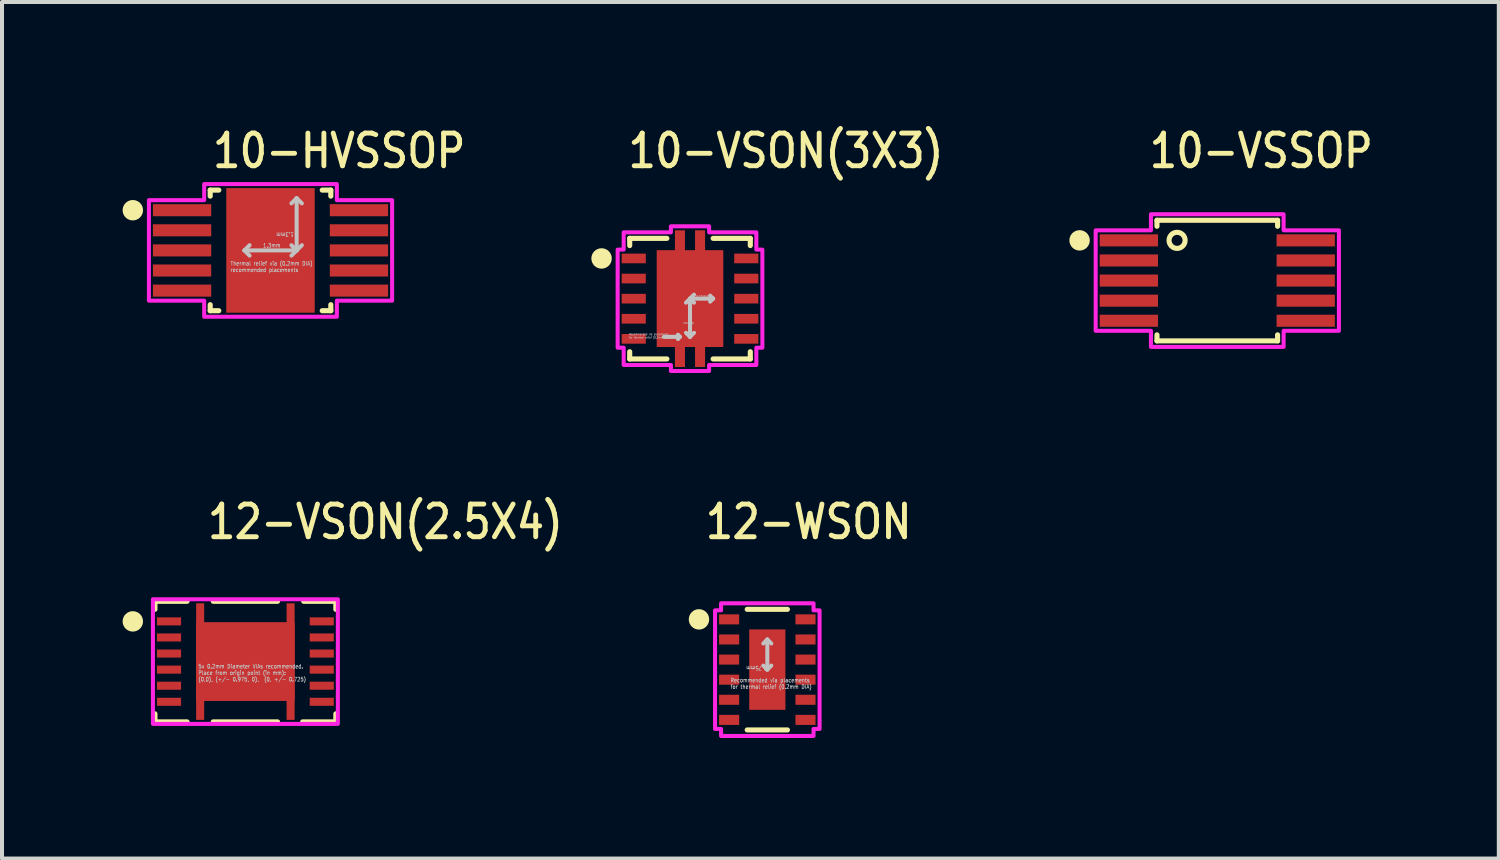
<source format=kicad_pcb>
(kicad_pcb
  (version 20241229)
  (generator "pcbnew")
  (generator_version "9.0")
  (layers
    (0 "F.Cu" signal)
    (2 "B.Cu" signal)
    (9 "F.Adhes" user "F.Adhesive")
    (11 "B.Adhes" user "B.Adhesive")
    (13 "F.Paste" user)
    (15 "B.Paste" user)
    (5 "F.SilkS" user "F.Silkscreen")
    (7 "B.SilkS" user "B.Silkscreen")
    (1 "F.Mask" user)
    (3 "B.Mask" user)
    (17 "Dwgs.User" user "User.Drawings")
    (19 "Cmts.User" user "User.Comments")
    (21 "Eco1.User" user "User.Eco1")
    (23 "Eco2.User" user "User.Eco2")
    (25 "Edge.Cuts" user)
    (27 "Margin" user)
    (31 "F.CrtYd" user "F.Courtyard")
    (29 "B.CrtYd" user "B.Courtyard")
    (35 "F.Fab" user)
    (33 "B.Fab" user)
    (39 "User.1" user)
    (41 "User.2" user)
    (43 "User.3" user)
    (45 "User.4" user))
  (footprint "12-WSON"
    (layer "F.Cu")
    (at 16.037 13.607)
    (property "Reference" "12-WSON" (at -1.6 -3.2 0) (unlocked yes) (layer "F.SilkS") (effects (font (size 0.813 0.695) (thickness 0.122)) (justify left bottom)))
    (fp_line (start -0.5 -1.5) (end 0.5 -1.5) (stroke (width 0.127) (type solid)) (layer "F.SilkS"))
    (fp_line (start -0.5 1.5) (end 0.5 1.5) (stroke (width 0.127) (type solid)) (layer "F.SilkS"))
    (fp_circle (center -1.7 -1.25) (end -1.446 -1.25) (stroke (width 0) (type solid)) (fill yes) (layer "F.SilkS"))
    (fp_poly (pts (xy 0.45 -0.1) (xy -0.45 -0.1) (xy -0.45 -1) (xy 0.45 -1)) (stroke (width 0) (type solid)) (fill yes) (layer "F.Paste"))
    (fp_poly (pts (xy 0.45 1) (xy -0.45 1) (xy -0.45 0.1) (xy 0.45 0.1)) (stroke (width 0) (type solid)) (fill yes) (layer "F.Paste"))
    (fp_line (start 0 -0.75) (end -0.1 -0.65) (stroke (width 0.1) (type solid)) (layer "Dwgs.User"))
    (fp_line (start 0 -0.75) (end 0.1 -0.65) (stroke (width 0.1) (type solid)) (layer "Dwgs.User"))
    (fp_line (start 0 0) (end -0.1 -0.1) (stroke (width 0.1) (type solid)) (layer "Dwgs.User"))
    (fp_line (start 0 0) (end 0 -0.75) (stroke (width 0.1) (type solid)) (layer "Dwgs.User"))
    (fp_line (start 0 0) (end 0.1 -0.1) (stroke (width 0.1) (type solid)) (layer "Dwgs.User"))
    (fp_circle (center 0 -0.75) (end 0.1 -0.75) (stroke (width 0.000009) (type solid)) (fill no) (layer "Dwgs.User"))
    (fp_circle (center 0 0) (end 0.1 0) (stroke (width 0.000009) (type solid)) (fill no) (layer "Dwgs.User"))
    (fp_circle (center 0 0.75) (end 0.1 0.75) (stroke (width 0.000009) (type solid)) (fill no) (layer "Dwgs.User"))
    (fp_poly (pts (xy -1.15 -1.65) (xy 1.15 -1.65) (xy 1.15 -1.475) (xy 1.3 -1.475) (xy 1.3 1.475) (xy 1.15 1.475) (xy 1.15 1.65) (xy -1.15 1.65) (xy -1.15 1.475) (xy -1.3 1.475) (xy -1.3 -1.475) (xy -1.15 -1.475)) (stroke (width 0.1) (type solid)) (fill no) (layer "F.CrtYd"))
    (fp_text user "Recommended via placements\nfor thermal relief (0.2mm DIA)" (at -0.925 0.485 0) (unlocked yes) (layer "Dwgs.User") (effects (font (size 0.1 0.086) (thickness 0.015)) (justify left bottom)))
    (fp_text user "0.75mm" (at 0 -0.1 180) (unlocked yes) (layer "Dwgs.User") (effects (font (size 0.1 0.086) (thickness 0.015)) (justify left bottom)))
    (pad "1" smd rect (at -0.95 -1.25) (size 0.5 0.25) (layers "F.Cu" "F.Mask" "F.Paste"))
    (pad "2" smd rect (at -0.95 -0.75) (size 0.5 0.25) (layers "F.Cu" "F.Mask" "F.Paste"))
    (pad "3" smd rect (at -0.95 -0.25) (size 0.5 0.25) (layers "F.Cu" "F.Mask" "F.Paste"))
    (pad "4" smd rect (at -0.95 0.25) (size 0.5 0.25) (layers "F.Cu" "F.Mask" "F.Paste"))
    (pad "5" smd rect (at -0.95 0.75) (size 0.5 0.25) (layers "F.Cu" "F.Mask" "F.Paste"))
    (pad "6" smd rect (at -0.95 1.25) (size 0.5 0.25) (layers "F.Cu" "F.Mask" "F.Paste"))
    (pad "7" smd rect (at 0.95 1.25) (size 0.5 0.25) (layers "F.Cu" "F.Mask" "F.Paste"))
    (pad "8" smd rect (at 0.95 0.75) (size 0.5 0.25) (layers "F.Cu" "F.Mask" "F.Paste"))
    (pad "9" smd rect (at 0.95 0.25) (size 0.5 0.25) (layers "F.Cu" "F.Mask" "F.Paste"))
    (pad "10" smd rect (at 0.95 -0.25) (size 0.5 0.25) (layers "F.Cu" "F.Mask" "F.Paste"))
    (pad "11" smd rect (at 0.95 -0.75) (size 0.5 0.25) (layers "F.Cu" "F.Mask" "F.Paste"))
    (pad "12" smd rect (at 0.95 -1.25) (size 0.5 0.25) (layers "F.Cu" "F.Mask" "F.Paste"))
    (pad "13" smd rect (at 0 0) (size 0.9 2) (layers "F.Cu" "F.Mask")))
  (footprint "10-VSON(3X3)"
    (layer "F.Cu")
    (at 14.114 4.379)
    (property "Reference" "10-VSON(3X3)" (at -1.6 -3.2 0) (unlocked yes) (layer "F.SilkS") (effects (font (size 0.813 0.695) (thickness 0.122)) (justify left bottom)))
    (fp_poly (pts (xy -0.825 -1.2) (xy -0.375 -1.2) (xy -0.375 -1.7) (xy -0.125 -1.7) (xy -0.125 -1.2) (xy 0.125 -1.2) (xy 0.125 -1.7) (xy 0.375 -1.7) (xy 0.375 -1.2) (xy 0.825 -1.2) (xy 0.825 1.2) (xy 0.375 1.2) (xy 0.375 1.7) (xy 0.125 1.7) (xy 0.125 1.2) (xy -0.125 1.2) (xy -0.125 1.7) (xy -0.375 1.7) (xy -0.375 1.2) (xy -0.825 1.2)) (stroke (width 0) (type solid)) (fill yes) (layer "F.Cu"))
    (fp_poly (pts (xy -0.925 -1.3) (xy -0.475 -1.3) (xy -0.475 -1.8) (xy -0.025 -1.8) (xy -0.025 -1.3) (xy 0.025 -1.3) (xy 0.025 -1.8) (xy 0.475 -1.8) (xy 0.475 -1.3) (xy 0.925 -1.3) (xy 0.925 1.3) (xy 0.475 1.3) (xy 0.475 1.8) (xy 0.025 1.8) (xy 0.025 1.3) (xy -0.025 1.3) (xy -0.025 1.8) (xy -0.475 1.8) (xy -0.475 1.3) (xy -0.925 1.3)) (stroke (width 0) (type solid)) (fill yes) (layer "F.Mask"))
    (fp_line (start -1.5 -1.5) (end -0.575 -1.5) (stroke (width 0.127) (type solid)) (layer "F.SilkS"))
    (fp_line (start -1.5 -1.32) (end -1.5 -1.5) (stroke (width 0.127) (type solid)) (layer "F.SilkS"))
    (fp_line (start -1.5 1.32) (end -1.5 1.5) (stroke (width 0.127) (type solid)) (layer "F.SilkS"))
    (fp_line (start -1.5 1.5) (end -0.575 1.5) (stroke (width 0.127) (type solid)) (layer "F.SilkS"))
    (fp_line (start 0.575 -1.5) (end 1.5 -1.5) (stroke (width 0.127) (type solid)) (layer "F.SilkS"))
    (fp_line (start 0.575 1.5) (end 1.5 1.5) (stroke (width 0.127) (type solid)) (layer "F.SilkS"))
    (fp_line (start 1.5 -1.5) (end 1.5 -1.32) (stroke (width 0.127) (type solid)) (layer "F.SilkS"))
    (fp_line (start 1.5 1.5) (end 1.5 1.32) (stroke (width 0.127) (type solid)) (layer "F.SilkS"))
    (fp_circle (center -2.2 -1) (end -1.946 -1) (stroke (width 0) (type solid)) (fill yes) (layer "F.SilkS"))
    (fp_poly (pts (xy -0.75 -1.16) (xy -0.75 -0.1) (xy 0.75 -0.1) (xy 0.75 -1.16)) (stroke (width 0) (type solid)) (fill yes) (layer "F.Paste"))
    (fp_poly (pts (xy -0.75 0.1) (xy -0.75 1.16) (xy 0.75 1.16) (xy 0.75 0.1)) (stroke (width 0) (type solid)) (fill yes) (layer "F.Paste"))
    (fp_poly (pts (xy -0.375 -1.7) (xy -0.375 -1.36) (xy -0.125 -1.36) (xy -0.125 -1.7)) (stroke (width 0) (type solid)) (fill yes) (layer "F.Paste"))
    (fp_poly (pts (xy -0.375 1.36) (xy -0.375 1.7) (xy -0.125 1.7) (xy -0.125 1.36)) (stroke (width 0) (type solid)) (fill yes) (layer "F.Paste"))
    (fp_poly (pts (xy 0.125 -1.7) (xy 0.125 -1.36) (xy 0.375 -1.36) (xy 0.375 -1.7)) (stroke (width 0) (type solid)) (fill yes) (layer "F.Paste"))
    (fp_poly (pts (xy 0.125 1.36) (xy 0.125 1.7) (xy 0.375 1.7) (xy 0.375 1.36)) (stroke (width 0) (type solid)) (fill yes) (layer "F.Paste"))
    (fp_line (start -0.65 0.95) (end -0.3 0.95) (stroke (width 0.1) (type solid)) (layer "Dwgs.User"))
    (fp_line (start -0.3 0.9) (end -0.25 0.95) (stroke (width 0.1) (type solid)) (layer "Dwgs.User"))
    (fp_line (start -0.3 0.95) (end -0.3 0.9) (stroke (width 0.1) (type solid)) (layer "Dwgs.User"))
    (fp_line (start -0.3 1) (end -0.3 0.95) (stroke (width 0.1) (type solid)) (layer "Dwgs.User"))
    (fp_line (start -0.25 0.95) (end -0.3 1) (stroke (width 0.1) (type solid)) (layer "Dwgs.User"))
    (fp_line (start 0 0) (end -0.1 0.1) (stroke (width 0.1) (type solid)) (layer "Dwgs.User"))
    (fp_line (start 0 0) (end 0 0.95) (stroke (width 0.1) (type solid)) (layer "Dwgs.User"))
    (fp_line (start 0 0) (end 0.1 -0.1) (stroke (width 0.1) (type solid)) (layer "Dwgs.User"))
    (fp_line (start 0 0) (end 0.1 0.1) (stroke (width 0.1) (type solid)) (layer "Dwgs.User"))
    (fp_line (start 0 0) (end 0.575 0) (stroke (width 0.1) (type solid)) (layer "Dwgs.User"))
    (fp_line (start 0 0.95) (end -0.1 0.85) (stroke (width 0.1) (type solid)) (layer "Dwgs.User"))
    (fp_line (start 0 0.95) (end 0.1 0.85) (stroke (width 0.1) (type solid)) (layer "Dwgs.User"))
    (fp_line (start 0.575 0) (end 0.5 -0.075) (stroke (width 0.1) (type solid)) (layer "Dwgs.User"))
    (fp_line (start 0.575 0) (end 0.5 0.075) (stroke (width 0.1) (type solid)) (layer "Dwgs.User"))
    (fp_circle (center -0.575 0) (end -0.475 0) (stroke (width 0.0001) (type solid)) (fill no) (layer "Dwgs.User"))
    (fp_circle (center 0 -0.95) (end 0.1 -0.95) (stroke (width 0.0001) (type solid)) (fill no) (layer "Dwgs.User"))
    (fp_circle (center 0 0.95) (end 0.1 0.95) (stroke (width 0.0001) (type solid)) (fill no) (layer "Dwgs.User"))
    (fp_circle (center 0.575 0) (end 0.675 0) (stroke (width 0.0001) (type solid)) (fill no) (layer "Dwgs.User"))
    (fp_poly (pts (xy -1.65 -1.65) (xy -0.475 -1.65) (xy -0.475 -1.8) (xy 0.475 -1.8) (xy 0.475 -1.65) (xy 1.65 -1.65) (xy 1.65 -1.22) (xy 1.8 -1.22) (xy 1.8 1.22) (xy 1.65 1.22) (xy 1.65 1.65) (xy 0.475 1.65) (xy 0.475 1.8) (xy -0.475 1.8) (xy -0.475 1.65) (xy -1.65 1.65) (xy -1.65 1.22) (xy -1.8 1.22) (xy -1.8 -1.22) (xy -1.65 -1.22)) (stroke (width 0.1) (type solid)) (fill no) (layer "F.CrtYd"))
    (fp_text user "Recommended via placements\nfor thermal relief (0.2mm DIA)" (at -1.525 0.995 0) (unlocked yes) (layer "Dwgs.User") (effects (font (size 0.05 0.043) (thickness 0.007)) (justify left bottom)))
    (fp_text user "0.95mm" (at 0.095 0.575 180) (unlocked yes) (layer "Dwgs.User") (effects (font (size 0.05 0.043) (thickness 0.007)) (justify left bottom)))
    (fp_text user "0.575mm" (at 0.15 -0.03 0) (unlocked yes) (layer "Dwgs.User") (effects (font (size 0.05 0.043) (thickness 0.007)) (justify left bottom)))
    (pad "1" smd rect (at -1.4 -1) (size 0.6 0.24) (layers "F.Cu" "F.Mask" "F.Paste"))
    (pad "2" smd rect (at -1.4 -0.5) (size 0.6 0.24) (layers "F.Cu" "F.Mask" "F.Paste"))
    (pad "3" smd rect (at -1.4 0) (size 0.6 0.24) (layers "F.Cu" "F.Mask" "F.Paste"))
    (pad "4" smd rect (at -1.4 0.5) (size 0.6 0.24) (layers "F.Cu" "F.Mask" "F.Paste"))
    (pad "5" smd rect (at -1.4 1) (size 0.6 0.24) (layers "F.Cu" "F.Mask" "F.Paste"))
    (pad "6" smd rect (at 1.4 1) (size 0.6 0.24) (layers "F.Cu" "F.Mask" "F.Paste"))
    (pad "7" smd rect (at 1.4 0.5) (size 0.6 0.24) (layers "F.Cu" "F.Mask" "F.Paste"))
    (pad "8" smd rect (at 1.4 0) (size 0.6 0.24) (layers "F.Cu" "F.Mask" "F.Paste"))
    (pad "9" smd rect (at 1.4 -0.5) (size 0.6 0.24) (layers "F.Cu" "F.Mask" "F.Paste"))
    (pad "10" smd rect (at 1.4 -1) (size 0.6 0.24) (layers "F.Cu" "F.Mask" "F.Paste"))
    (pad "11" smd rect (at 0 0) (size 1.65 2.4) (layers "F.Cu")))
  (footprint "12-VSON(2.5X4)"
    (layer "F.Cu")
    (at 3.054 13.407)
    (property "Reference" "12-VSON(2.5X4)" (at -1 -3 0) (unlocked yes) (layer "F.SilkS") (effects (font (size 0.813 0.695) (thickness 0.122)) (justify left bottom)))
    (fp_poly (pts (xy -1.225 -1.45) (xy -1.025 -1.45) (xy -1.025 -0.975) (xy 1.025 -0.975) (xy 1.025 -1.45) (xy 1.225 -1.45) (xy 1.225 1.45) (xy 1.025 1.45) (xy 1.025 0.975) (xy -1.025 0.975) (xy -1.025 1.45) (xy -1.225 1.45)) (stroke (width 0) (type solid)) (fill yes) (layer "F.Cu"))
    (fp_poly (pts (xy -1.325 -1.55) (xy -0.925 -1.55) (xy -0.925 -1.075) (xy 0.925 -1.075) (xy 0.925 -1.55) (xy 1.325 -1.55) (xy 1.325 1.55) (xy 0.925 1.55) (xy 0.925 1.075) (xy -0.925 1.075) (xy -0.925 1.55) (xy -1.325 1.55)) (stroke (width 0) (type solid)) (fill yes) (layer "F.Mask"))
    (fp_line (start -2.25 -1.5) (end -1.45 -1.5) (stroke (width 0.127) (type solid)) (layer "F.SilkS"))
    (fp_line (start -2.25 -1.3) (end -2.25 -1.5) (stroke (width 0.127) (type solid)) (layer "F.SilkS"))
    (fp_line (start -2.25 1.3) (end -2.25 1.5) (stroke (width 0.127) (type solid)) (layer "F.SilkS"))
    (fp_line (start -2.25 1.5) (end -1.45 1.5) (stroke (width 0.127) (type solid)) (layer "F.SilkS"))
    (fp_line (start -0.8 -1.5) (end 0.8 -1.5) (stroke (width 0.127) (type solid)) (layer "F.SilkS"))
    (fp_line (start -0.8 1.5) (end 0.8 1.5) (stroke (width 0.127) (type solid)) (layer "F.SilkS"))
    (fp_line (start 1.425 1.5) (end 2.25 1.5) (stroke (width 0.127) (type solid)) (layer "F.SilkS"))
    (fp_line (start 2.25 -1.5) (end 1.45 -1.5) (stroke (width 0.127) (type solid)) (layer "F.SilkS"))
    (fp_line (start 2.25 -1.3) (end 2.25 -1.5) (stroke (width 0.127) (type solid)) (layer "F.SilkS"))
    (fp_line (start 2.25 1.5) (end 2.25 1.3) (stroke (width 0.127) (type solid)) (layer "F.SilkS"))
    (fp_circle (center -2.8 -1) (end -2.546 -1) (stroke (width 0) (type solid)) (fill yes) (layer "F.SilkS"))
    (fp_rect (start -1.225 -1.05) (end -1.025 -1.45) (stroke (width 0) (type solid)) (fill yes) (layer "F.Paste"))
    (fp_rect (start -1.225 1.45) (end -1.025 1.05) (stroke (width 0) (type solid)) (fill yes) (layer "F.Paste"))
    (fp_rect (start -1.18 0.875) (end -0.1 -0.875) (stroke (width 0) (type solid)) (fill yes) (layer "F.Paste"))
    (fp_rect (start 0.1 0.875) (end 1.18 -0.875) (stroke (width 0) (type solid)) (fill yes) (layer "F.Paste"))
    (fp_rect (start 1.025 -1.05) (end 1.225 -1.45) (stroke (width 0) (type solid)) (fill yes) (layer "F.Paste"))
    (fp_rect (start 1.025 1.45) (end 1.225 1.05) (stroke (width 0) (type solid)) (fill yes) (layer "F.Paste"))
    (fp_poly (pts (xy -2.3 -1.55) (xy 2.3 -1.55) (xy 2.3 1.55) (xy -2.3 1.55)) (stroke (width 0.1) (type solid)) (fill no) (layer "F.CrtYd"))
    (fp_text user "5x 0.2mm Diameter VIAs recommended.\nPlace from origin point (in mm):\n(0,0), (+/- 0.975, 0),  (0, +/- 0.725) " (at -1.18 0.5 0) (unlocked yes) (layer "Dwgs.User") (effects (font (size 0.1 0.086) (thickness 0.015)) (justify left bottom)))
    (pad "1" smd rect (at -1.9 -1) (size 0.6 0.2) (layers "F.Cu" "F.Mask" "F.Paste"))
    (pad "2" smd rect (at -1.9 -0.6) (size 0.6 0.2) (layers "F.Cu" "F.Mask" "F.Paste"))
    (pad "3" smd rect (at -1.9 -0.2) (size 0.6 0.2) (layers "F.Cu" "F.Mask" "F.Paste"))
    (pad "4" smd rect (at -1.9 0.2) (size 0.6 0.2) (layers "F.Cu" "F.Mask" "F.Paste"))
    (pad "5" smd rect (at -1.9 0.6) (size 0.6 0.2) (layers "F.Cu" "F.Mask" "F.Paste"))
    (pad "6" smd rect (at -1.9 1) (size 0.6 0.2) (layers "F.Cu" "F.Mask" "F.Paste"))
    (pad "7" smd rect (at 1.9 1) (size 0.6 0.2) (layers "F.Cu" "F.Mask" "F.Paste"))
    (pad "8" smd rect (at 1.9 0.6) (size 0.6 0.2) (layers "F.Cu" "F.Mask" "F.Paste"))
    (pad "9" smd rect (at 1.9 0.2) (size 0.6 0.2) (layers "F.Cu" "F.Mask" "F.Paste"))
    (pad "10" smd rect (at 1.9 -0.2) (size 0.6 0.2) (layers "F.Cu" "F.Mask" "F.Paste"))
    (pad "11" smd rect (at 1.9 -0.6) (size 0.6 0.2) (layers "F.Cu" "F.Mask" "F.Paste"))
    (pad "12" smd rect (at 1.9 -1) (size 0.6 0.2) (layers "F.Cu" "F.Mask" "F.Paste"))
    (pad "13" smd rect (at 0 0) (size 2.45 1.95) (layers "F.Cu")))
  (footprint "10-VSSOP"
    (layer "F.Cu")
    (at 27.23 3.929)
    (property "Reference" "10-VSSOP" (at -1.75 -2.75 0) (unlocked yes) (layer "F.SilkS") (effects (font (size 0.813 0.695) (thickness 0.122)) (justify left bottom)))
    (fp_line (start -1.5 -1.5) (end 1.5 -1.5) (stroke (width 0.127) (type solid)) (layer "F.SilkS"))
    (fp_line (start -1.5 -1.35) (end -1.5 -1.5) (stroke (width 0.127) (type solid)) (layer "F.SilkS"))
    (fp_line (start -1.5 1.35) (end -1.5 1.5) (stroke (width 0.127) (type solid)) (layer "F.SilkS"))
    (fp_line (start -1.5 1.5) (end 1.5 1.5) (stroke (width 0.127) (type solid)) (layer "F.SilkS"))
    (fp_line (start 1.5 -1.5) (end 1.5 -1.35) (stroke (width 0.127) (type solid)) (layer "F.SilkS"))
    (fp_line (start 1.5 1.5) (end 1.5 1.35) (stroke (width 0.127) (type solid)) (layer "F.SilkS"))
    (fp_circle (center -3.425 -1) (end -3.171 -1) (stroke (width 0) (type solid)) (fill yes) (layer "F.SilkS"))
    (fp_circle (center -1 -1) (end -0.8 -1) (stroke (width 0.127) (type solid)) (fill no) (layer "F.SilkS"))
    (fp_poly (pts (xy -3.025 -1.25) (xy -1.65 -1.25) (xy -1.65 -1.65) (xy 1.65 -1.65) (xy 1.65 -1.25) (xy 3.025 -1.25) (xy 3.025 1.25) (xy 1.65 1.25) (xy 1.65 1.65) (xy -1.65 1.65) (xy -1.65 1.25) (xy -3.025 1.25)) (stroke (width 0.1) (type solid)) (fill no) (layer "F.CrtYd"))
    (pad "1" smd rect (at -2.2 -1) (size 1.45 0.3) (layers "F.Cu" "F.Mask" "F.Paste"))
    (pad "2" smd rect (at -2.2 -0.5) (size 1.45 0.3) (layers "F.Cu" "F.Mask" "F.Paste"))
    (pad "3" smd rect (at -2.2 0) (size 1.45 0.3) (layers "F.Cu" "F.Mask" "F.Paste"))
    (pad "4" smd rect (at -2.2 0.5) (size 1.45 0.3) (layers "F.Cu" "F.Mask" "F.Paste"))
    (pad "5" smd rect (at -2.2 1) (size 1.45 0.3) (layers "F.Cu" "F.Mask" "F.Paste"))
    (pad "6" smd rect (at 2.2 1) (size 1.45 0.3) (layers "F.Cu" "F.Mask" "F.Paste"))
    (pad "7" smd rect (at 2.2 0.5) (size 1.45 0.3) (layers "F.Cu" "F.Mask" "F.Paste"))
    (pad "8" smd rect (at 2.2 0) (size 1.45 0.3) (layers "F.Cu" "F.Mask" "F.Paste"))
    (pad "9" smd rect (at 2.2 -0.5) (size 1.45 0.3) (layers "F.Cu" "F.Mask" "F.Paste"))
    (pad "10" smd rect (at 2.2 -1) (size 1.45 0.3) (layers "F.Cu" "F.Mask" "F.Paste")))
  (footprint "10-HVSSOP"
    (layer "F.Cu")
    (at 3.679 3.179)
    (property "Reference" "10-HVSSOP" (at -1.5 -2 0) (unlocked yes) (layer "F.SilkS") (effects (font (size 0.813 0.695) (thickness 0.122)) (justify left bottom)))
    (fp_poly (pts (xy -0.94 -1.025) (xy 0.94 -1.025) (xy 0.94 1.025) (xy -0.94 1.025)) (stroke (width 0) (type solid)) (fill yes) (layer "F.Mask"))
    (fp_line (start -1.5 -1.5) (end -1.286 -1.5) (stroke (width 0.127) (type solid)) (layer "F.SilkS"))
    (fp_line (start -1.5 -1.35) (end -1.5 -1.5) (stroke (width 0.127) (type solid)) (layer "F.SilkS"))
    (fp_line (start -1.5 1.35) (end -1.5 1.5) (stroke (width 0.127) (type solid)) (layer "F.SilkS"))
    (fp_line (start -1.5 1.5) (end -1.286 1.5) (stroke (width 0.127) (type solid)) (layer "F.SilkS"))
    (fp_line (start 1.286 -1.5) (end 1.5 -1.5) (stroke (width 0.127) (type solid)) (layer "F.SilkS"))
    (fp_line (start 1.286 1.5) (end 1.5 1.5) (stroke (width 0.127) (type solid)) (layer "F.SilkS"))
    (fp_line (start 1.5 -1.5) (end 1.5 -1.35) (stroke (width 0.127) (type solid)) (layer "F.SilkS"))
    (fp_line (start 1.5 1.5) (end 1.5 1.35) (stroke (width 0.127) (type solid)) (layer "F.SilkS"))
    (fp_circle (center -3.425 -1) (end -3.171 -1) (stroke (width 0) (type solid)) (fill yes) (layer "F.SilkS"))
    (fp_poly (pts (xy -1.05 -1.145) (xy 1.05 -1.145) (xy 1.05 1.145) (xy -1.05 1.145)) (stroke (width 0) (type solid)) (fill yes) (layer "F.Paste"))
    (fp_line (start -0.65 0) (end -0.52 -0.13) (stroke (width 0.1) (type solid)) (layer "Dwgs.User"))
    (fp_line (start -0.65 0) (end -0.52 0.13) (stroke (width 0.1) (type solid)) (layer "Dwgs.User"))
    (fp_line (start -0.65 0) (end 0.65 0) (stroke (width 0.1) (type solid)) (layer "Dwgs.User"))
    (fp_line (start 0.65 -1.3) (end 0.52 -1.17) (stroke (width 0.1) (type solid)) (layer "Dwgs.User"))
    (fp_line (start 0.65 -1.3) (end 0.65 0) (stroke (width 0.1) (type solid)) (layer "Dwgs.User"))
    (fp_line (start 0.65 -1.3) (end 0.78 -1.17) (stroke (width 0.1) (type solid)) (layer "Dwgs.User"))
    (fp_line (start 0.65 0) (end 0.52 -0.13) (stroke (width 0.1) (type solid)) (layer "Dwgs.User"))
    (fp_line (start 0.65 0) (end 0.52 0.13) (stroke (width 0.1) (type solid)) (layer "Dwgs.User"))
    (fp_line (start 0.65 0) (end 0.78 -0.13) (stroke (width 0.1) (type solid)) (layer "Dwgs.User"))
    (fp_circle (center -0.65 -1.3) (end -0.55 -1.3) (stroke (width 0.000009) (type solid)) (fill no) (layer "Dwgs.User"))
    (fp_circle (center -0.65 0) (end -0.55 0) (stroke (width 0.000009) (type solid)) (fill no) (layer "Dwgs.User"))
    (fp_circle (center -0.65 1.3) (end -0.55 1.3) (stroke (width 0.000009) (type solid)) (fill no) (layer "Dwgs.User"))
    (fp_circle (center 0.65 -1.3) (end 0.75 -1.3) (stroke (width 0.000009) (type solid)) (fill no) (layer "Dwgs.User"))
    (fp_circle (center 0.65 0) (end 0.75 0) (stroke (width 0.000009) (type solid)) (fill no) (layer "Dwgs.User"))
    (fp_circle (center 0.65 1.3) (end 0.75 1.3) (stroke (width 0.000009) (type solid)) (fill no) (layer "Dwgs.User"))
    (fp_poly (pts (xy -3.025 1.25) (xy -1.65 1.25) (xy -1.65 1.65) (xy 1.65 1.65) (xy 1.65 1.25) (xy 3.025 1.25) (xy 3.025 -1.25) (xy 1.65 -1.25) (xy 1.65 -1.65) (xy -1.65 -1.65) (xy -1.65 -1.25) (xy -3.025 -1.25)) (stroke (width 0.1) (type solid)) (fill no) (layer "F.CrtYd"))
    (fp_text user "Thermal relief via (0.2mm DIA)\nrecommended placements" (at -1.005 0.545 0) (unlocked yes) (layer "Dwgs.User") (effects (font (size 0.1 0.086) (thickness 0.015)) (justify left bottom)))
    (fp_text user "1.3mm" (at 0.585 -0.455 180) (unlocked yes) (layer "Dwgs.User") (effects (font (size 0.1 0.086) (thickness 0.015)) (justify left bottom)))
    (fp_text user "1.3mm" (at -0.195 -0.065 0) (unlocked yes) (layer "Dwgs.User") (effects (font (size 0.1 0.086) (thickness 0.015)) (justify left bottom)))
    (pad "1" smd rect (at -2.2 -1) (size 1.45 0.3) (layers "F.Cu" "F.Mask" "F.Paste"))
    (pad "2" smd rect (at -2.2 -0.5) (size 1.45 0.3) (layers "F.Cu" "F.Mask" "F.Paste"))
    (pad "3" smd rect (at -2.2 0) (size 1.45 0.3) (layers "F.Cu" "F.Mask" "F.Paste"))
    (pad "4" smd rect (at -2.2 0.5) (size 1.45 0.3) (layers "F.Cu" "F.Mask" "F.Paste"))
    (pad "5" smd rect (at -2.2 1) (size 1.45 0.3) (layers "F.Cu" "F.Mask" "F.Paste"))
    (pad "6" smd rect (at 2.2 1) (size 1.45 0.3) (layers "F.Cu" "F.Mask" "F.Paste"))
    (pad "7" smd rect (at 2.2 0.5) (size 1.45 0.3) (layers "F.Cu" "F.Mask" "F.Paste"))
    (pad "8" smd rect (at 2.2 0) (size 1.45 0.3) (layers "F.Cu" "F.Mask" "F.Paste"))
    (pad "9" smd rect (at 2.2 -0.5) (size 1.45 0.3) (layers "F.Cu" "F.Mask" "F.Paste"))
    (pad "10" smd rect (at 2.2 -1) (size 1.45 0.3) (layers "F.Cu" "F.Mask" "F.Paste"))
    (pad "11" smd rect (at 0 0) (size 2.2 3.1) (layers "F.Cu")))
  (gr_rect
    (start -3 -3)
    (end 34.233 18.307)
    (stroke (width 0.1) (type default))
    (fill no)
    (layer "Edge.Cuts")))
</source>
